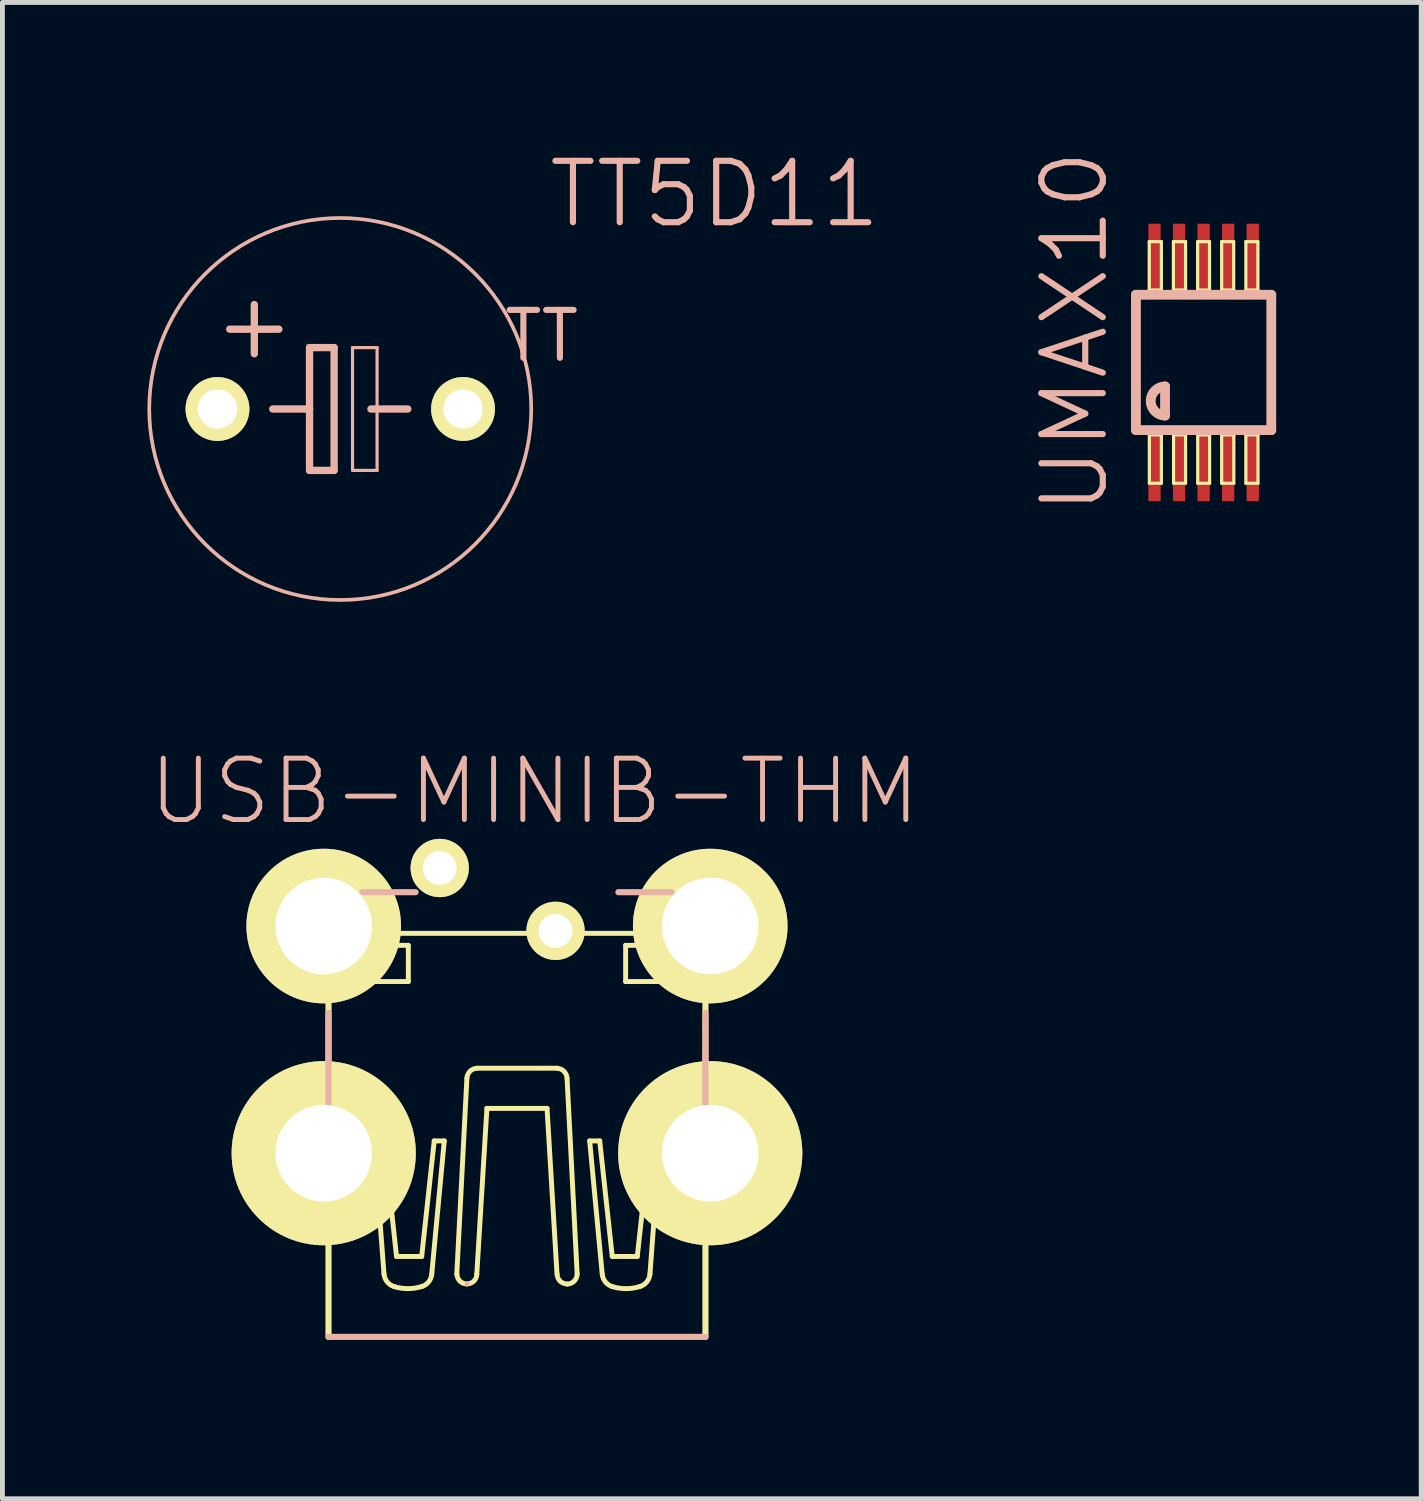
<source format=kicad_pcb>
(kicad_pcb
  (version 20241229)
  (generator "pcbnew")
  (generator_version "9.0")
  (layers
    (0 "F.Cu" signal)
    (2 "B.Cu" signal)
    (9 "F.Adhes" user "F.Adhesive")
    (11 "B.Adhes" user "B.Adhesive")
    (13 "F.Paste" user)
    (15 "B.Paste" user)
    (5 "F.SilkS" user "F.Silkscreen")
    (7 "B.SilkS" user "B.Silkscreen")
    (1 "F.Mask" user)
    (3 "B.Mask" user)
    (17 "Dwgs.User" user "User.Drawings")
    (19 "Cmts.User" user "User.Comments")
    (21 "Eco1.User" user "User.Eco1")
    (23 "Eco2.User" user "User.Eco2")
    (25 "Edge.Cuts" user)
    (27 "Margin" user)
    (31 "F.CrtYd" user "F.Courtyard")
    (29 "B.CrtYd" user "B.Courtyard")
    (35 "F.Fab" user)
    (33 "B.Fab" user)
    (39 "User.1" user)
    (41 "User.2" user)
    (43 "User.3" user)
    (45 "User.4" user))
  (footprint "TT5D11"
    (layer "F.Cu")
    (at 3.989 5.411)
    (property "Reference" "TT5D11" (at 7.747 -4.445 0) (layer "B.SilkS") (effects (font (size 1.27 1.27) (thickness 0.127))))
    (attr exclude_from_pos_files exclude_from_bom)
    (fp_line (start -1.778 -2.159) (end -1.778 -1.143) (stroke (width 0.152) (type solid)) (layer "B.SilkS"))
    (fp_line (start -1.397 0) (end -0.635 0) (stroke (width 0.152) (type solid)) (layer "B.SilkS"))
    (fp_line (start -1.27 -1.651) (end -2.286 -1.651) (stroke (width 0.152) (type solid)) (layer "B.SilkS"))
    (fp_line (start -0.635 -1.27) (end -0.635 0) (stroke (width 0.152) (type solid)) (layer "B.SilkS"))
    (fp_line (start -0.635 0) (end -0.635 1.27) (stroke (width 0.152) (type solid)) (layer "B.SilkS"))
    (fp_line (start -0.635 1.27) (end -0.127 1.27) (stroke (width 0.152) (type solid)) (layer "B.SilkS"))
    (fp_line (start -0.127 -1.27) (end -0.635 -1.27) (stroke (width 0.152) (type solid)) (layer "B.SilkS"))
    (fp_line (start -0.127 1.27) (end -0.127 -1.27) (stroke (width 0.152) (type solid)) (layer "B.SilkS"))
    (fp_line (start 0.254 -1.27) (end 0.762 -1.27) (stroke (width 0.066) (type solid)) (layer "B.SilkS"))
    (fp_line (start 0.254 1.27) (end 0.254 -1.27) (stroke (width 0.066) (type solid)) (layer "B.SilkS"))
    (fp_line (start 0.254 1.27) (end 0.762 1.27) (stroke (width 0.066) (type solid)) (layer "B.SilkS"))
    (fp_line (start 0.635 0) (end 1.397 0) (stroke (width 0.152) (type solid)) (layer "B.SilkS"))
    (fp_line (start 0.762 1.27) (end 0.762 -1.27) (stroke (width 0.066) (type solid)) (layer "B.SilkS"))
    (fp_circle (center 0 0) (end -2.794 2.794) (stroke (width 0.076) (type solid)) (fill no) (layer "B.SilkS"))
    (fp_text user "TT" (at 4.166 -1.511 0) (layer "B.SilkS") (effects (font (size 0.991 0.991) (thickness 0.127))))
    (pad "+" thru_hole circle (at -2.54 0) (size 1.321 1.321) (drill 0.813) (layers "*.Cu" "F.Mask" "F.SilkS" "F.Paste"))
    (pad "-" thru_hole circle (at 2.54 0) (size 1.321 1.321) (drill 0.813) (layers "*.Cu" "F.Mask" "F.SilkS" "F.Paste")))
  (footprint "UMAX10"
    (layer "F.Cu")
    (at 21.85 4.448)
    (property "Reference" "UMAX10" (at -2.667 -0.635 90) (layer "B.SilkS") (effects (font (size 1.27 1.27) (thickness 0.127))))
    (attr smd)
    (fp_line (start -1.125 -2.499) (end -0.874 -2.499) (stroke (width 0.066) (type solid)) (layer "F.SilkS"))
    (fp_line (start -1.125 -1.499) (end -1.125 -2.499) (stroke (width 0.066) (type solid)) (layer "F.SilkS"))
    (fp_line (start -1.125 -1.499) (end -0.874 -1.499) (stroke (width 0.066) (type solid)) (layer "F.SilkS"))
    (fp_line (start -1.123 1.499) (end -0.874 1.499) (stroke (width 0.066) (type solid)) (layer "F.SilkS"))
    (fp_line (start -1.123 2.499) (end -1.123 1.499) (stroke (width 0.066) (type solid)) (layer "F.SilkS"))
    (fp_line (start -1.123 2.499) (end -0.874 2.499) (stroke (width 0.066) (type solid)) (layer "F.SilkS"))
    (fp_line (start -0.874 -1.499) (end -0.874 -2.499) (stroke (width 0.066) (type solid)) (layer "F.SilkS"))
    (fp_line (start -0.874 2.499) (end -0.874 1.499) (stroke (width 0.066) (type solid)) (layer "F.SilkS"))
    (fp_line (start -0.625 -2.499) (end -0.373 -2.499) (stroke (width 0.066) (type solid)) (layer "F.SilkS"))
    (fp_line (start -0.625 -1.499) (end -0.625 -2.499) (stroke (width 0.066) (type solid)) (layer "F.SilkS"))
    (fp_line (start -0.625 -1.499) (end -0.373 -1.499) (stroke (width 0.066) (type solid)) (layer "F.SilkS"))
    (fp_line (start -0.622 1.499) (end -0.373 1.499) (stroke (width 0.066) (type solid)) (layer "F.SilkS"))
    (fp_line (start -0.622 2.499) (end -0.622 1.499) (stroke (width 0.066) (type solid)) (layer "F.SilkS"))
    (fp_line (start -0.622 2.499) (end -0.373 2.499) (stroke (width 0.066) (type solid)) (layer "F.SilkS"))
    (fp_line (start -0.373 -1.499) (end -0.373 -2.499) (stroke (width 0.066) (type solid)) (layer "F.SilkS"))
    (fp_line (start -0.373 2.499) (end -0.373 1.499) (stroke (width 0.066) (type solid)) (layer "F.SilkS"))
    (fp_line (start -0.124 -2.499) (end 0.122 -2.499) (stroke (width 0.066) (type solid)) (layer "F.SilkS"))
    (fp_line (start -0.124 -1.499) (end -0.124 -2.499) (stroke (width 0.066) (type solid)) (layer "F.SilkS"))
    (fp_line (start -0.124 -1.499) (end 0.122 -1.499) (stroke (width 0.066) (type solid)) (layer "F.SilkS"))
    (fp_line (start -0.122 1.499) (end 0.124 1.499) (stroke (width 0.066) (type solid)) (layer "F.SilkS"))
    (fp_line (start -0.122 2.499) (end -0.122 1.499) (stroke (width 0.066) (type solid)) (layer "F.SilkS"))
    (fp_line (start -0.122 2.499) (end 0.124 2.499) (stroke (width 0.066) (type solid)) (layer "F.SilkS"))
    (fp_line (start 0.122 -1.499) (end 0.122 -2.499) (stroke (width 0.066) (type solid)) (layer "F.SilkS"))
    (fp_line (start 0.124 2.499) (end 0.124 1.499) (stroke (width 0.066) (type solid)) (layer "F.SilkS"))
    (fp_line (start 0.373 -2.499) (end 0.622 -2.499) (stroke (width 0.066) (type solid)) (layer "F.SilkS"))
    (fp_line (start 0.373 -1.499) (end 0.373 -2.499) (stroke (width 0.066) (type solid)) (layer "F.SilkS"))
    (fp_line (start 0.373 -1.499) (end 0.622 -1.499) (stroke (width 0.066) (type solid)) (layer "F.SilkS"))
    (fp_line (start 0.373 1.499) (end 0.625 1.499) (stroke (width 0.066) (type solid)) (layer "F.SilkS"))
    (fp_line (start 0.373 2.499) (end 0.373 1.499) (stroke (width 0.066) (type solid)) (layer "F.SilkS"))
    (fp_line (start 0.373 2.499) (end 0.625 2.499) (stroke (width 0.066) (type solid)) (layer "F.SilkS"))
    (fp_line (start 0.622 -1.499) (end 0.622 -2.499) (stroke (width 0.066) (type solid)) (layer "F.SilkS"))
    (fp_line (start 0.625 2.499) (end 0.625 1.499) (stroke (width 0.066) (type solid)) (layer "F.SilkS"))
    (fp_line (start 0.874 -2.499) (end 1.123 -2.499) (stroke (width 0.066) (type solid)) (layer "F.SilkS"))
    (fp_line (start 0.874 -1.499) (end 0.874 -2.499) (stroke (width 0.066) (type solid)) (layer "F.SilkS"))
    (fp_line (start 0.874 -1.499) (end 1.123 -1.499) (stroke (width 0.066) (type solid)) (layer "F.SilkS"))
    (fp_line (start 0.874 1.499) (end 1.125 1.499) (stroke (width 0.066) (type solid)) (layer "F.SilkS"))
    (fp_line (start 0.874 2.499) (end 0.874 1.499) (stroke (width 0.066) (type solid)) (layer "F.SilkS"))
    (fp_line (start 0.874 2.499) (end 1.125 2.499) (stroke (width 0.066) (type solid)) (layer "F.SilkS"))
    (fp_line (start 1.123 -1.499) (end 1.123 -2.499) (stroke (width 0.066) (type solid)) (layer "F.SilkS"))
    (fp_line (start 1.125 2.499) (end 1.125 1.499) (stroke (width 0.066) (type solid)) (layer "F.SilkS"))
    (fp_line (start -1.4 -1.4) (end 1.4 -1.4) (stroke (width 0.203) (type solid)) (layer "B.SilkS"))
    (fp_line (start -1.4 1.4) (end -1.4 -1.4) (stroke (width 0.203) (type solid)) (layer "B.SilkS"))
    (fp_line (start -0.798 0.498) (end -0.798 1.1) (stroke (width 0.203) (type solid)) (layer "B.SilkS"))
    (fp_line (start 1.4 -1.4) (end 1.4 1.4) (stroke (width 0.203) (type solid)) (layer "B.SilkS"))
    (fp_line (start 1.4 1.4) (end -1.4 1.4) (stroke (width 0.203) (type solid)) (layer "B.SilkS"))
    (fp_arc (start -0.79756 1.09982) (mid -1.09982 0.79756) (end -0.79756 0.4953) (stroke (width 0.2032) (type solid)) (layer "B.SilkS"))
    (pad "1" smd rect (at -1.016 2.159) (size 0.254 1.422) (layers "F.Cu" "F.Mask" "F.Paste"))
    (pad "2" smd rect (at -0.508 2.159) (size 0.254 1.422) (layers "F.Cu" "F.Mask" "F.Paste"))
    (pad "3" smd rect (at 0 2.159) (size 0.254 1.422) (layers "F.Cu" "F.Mask" "F.Paste"))
    (pad "4" smd rect (at 0.508 2.159) (size 0.254 1.422) (layers "F.Cu" "F.Mask" "F.Paste"))
    (pad "5" smd rect (at 1.016 2.159) (size 0.254 1.422) (layers "F.Cu" "F.Mask" "F.Paste"))
    (pad "6" smd rect (at 1.016 -2.159 180) (size 0.254 1.422) (layers "F.Cu" "F.Mask" "F.Paste"))
    (pad "7" smd rect (at 0.508 -2.159 180) (size 0.254 1.422) (layers "F.Cu" "F.Mask" "F.Paste"))
    (pad "8" smd rect (at 0 -2.159 180) (size 0.254 1.422) (layers "F.Cu" "F.Mask" "F.Paste"))
    (pad "9" smd rect (at -0.508 -2.159 180) (size 0.254 1.422) (layers "F.Cu" "F.Mask" "F.Paste"))
    (pad "10" smd rect (at -1.016 -2.159 180) (size 0.254 1.422) (layers "F.Cu" "F.Mask" "F.Paste")))
  (footprint "USB-MINIB-THM"
    (layer "F.Cu")
    (at 7.645 24.706)
    (property "Reference" "USB-MINIB-THM" (at 0.363 -11.384 0) (layer "B.SilkS") (effects (font (size 1.27 1.27) (thickness 0.102))))
    (attr exclude_from_pos_files exclude_from_bom)
    (fp_line (start -5.08 -8.918) (end -5.08 -8.519) (stroke (width 0.102) (type solid)) (layer "F.SilkS"))
    (fp_line (start -5.08 -7.569) (end -5.08 -7.92) (stroke (width 0.102) (type solid)) (layer "F.SilkS"))
    (fp_line (start -5.08 -4.58) (end -5.08 -4.178) (stroke (width 0.102) (type solid)) (layer "F.SilkS"))
    (fp_line (start -5.08 -3.228) (end -5.08 -3.579) (stroke (width 0.102) (type solid)) (layer "F.SilkS"))
    (fp_line (start -5.06 -8.938) (end -3.909 -8.938) (stroke (width 0.102) (type solid)) (layer "F.SilkS"))
    (fp_line (start -5.06 -4.597) (end -3.909 -4.597) (stroke (width 0.102) (type solid)) (layer "F.SilkS"))
    (fp_line (start -3.909 -7.559) (end -5.06 -7.559) (stroke (width 0.102) (type solid)) (layer "F.SilkS"))
    (fp_line (start -3.909 -3.218) (end -5.06 -3.218) (stroke (width 0.102) (type solid)) (layer "F.SilkS"))
    (fp_line (start -3.899 -9.299) (end -3.899 -8.948) (stroke (width 0.127) (type solid)) (layer "F.SilkS"))
    (fp_line (start -3.899 -4.608) (end -3.899 -7.508) (stroke (width 0.127) (type solid)) (layer "F.SilkS"))
    (fp_line (start -3.899 -0.099) (end -3.899 -3.198) (stroke (width 0.127) (type solid)) (layer "F.SilkS"))
    (fp_line (start -3 -8.199) (end -2.248 -8.199) (stroke (width 0.102) (type solid)) (layer "F.SilkS"))
    (fp_line (start -3 -7.45) (end -3 -8.199) (stroke (width 0.102) (type solid)) (layer "F.SilkS"))
    (fp_line (start -2.959 -4.153) (end -2.751 -1.4) (stroke (width 0.102) (type solid)) (layer "F.SilkS"))
    (fp_line (start -2.751 -4.153) (end -2.959 -4.153) (stroke (width 0.102) (type solid)) (layer "F.SilkS"))
    (fp_line (start -2.748 -9.2) (end -2.748 -8.448) (stroke (width 0.102) (type solid)) (layer "F.SilkS"))
    (fp_line (start -2.748 -8.448) (end 2.748 -8.448) (stroke (width 0.102) (type solid)) (layer "F.SilkS"))
    (fp_line (start -2.492 -1.763) (end -2.751 -4.153) (stroke (width 0.102) (type solid)) (layer "F.SilkS"))
    (fp_line (start -2.248 -8.199) (end -2.248 -7.45) (stroke (width 0.102) (type solid)) (layer "F.SilkS"))
    (fp_line (start -2.248 -7.45) (end -3 -7.45) (stroke (width 0.102) (type solid)) (layer "F.SilkS"))
    (fp_line (start -1.971 -1.763) (end -2.492 -1.763) (stroke (width 0.102) (type solid)) (layer "F.SilkS"))
    (fp_line (start -1.763 -1.4) (end -1.504 -4.153) (stroke (width 0.102) (type solid)) (layer "F.SilkS"))
    (fp_line (start -1.712 -4.153) (end -1.971 -1.763) (stroke (width 0.102) (type solid)) (layer "F.SilkS"))
    (fp_line (start -1.504 -4.153) (end -1.712 -4.153) (stroke (width 0.102) (type solid)) (layer "F.SilkS"))
    (fp_line (start -1.245 -1.4) (end -1.036 -5.448) (stroke (width 0.102) (type solid)) (layer "F.SilkS"))
    (fp_line (start -0.831 -1.4) (end -0.622 -4.826) (stroke (width 0.102) (type solid)) (layer "F.SilkS"))
    (fp_line (start 0.622 -4.826) (end -0.622 -4.826) (stroke (width 0.102) (type solid)) (layer "F.SilkS"))
    (fp_line (start 0.828 -5.657) (end -0.831 -5.657) (stroke (width 0.102) (type solid)) (layer "F.SilkS"))
    (fp_line (start 0.828 -1.4) (end 0.622 -4.826) (stroke (width 0.102) (type solid)) (layer "F.SilkS"))
    (fp_line (start 1.245 -1.4) (end 1.036 -5.448) (stroke (width 0.102) (type solid)) (layer "F.SilkS"))
    (fp_line (start 1.504 -4.153) (end 1.712 -4.153) (stroke (width 0.102) (type solid)) (layer "F.SilkS"))
    (fp_line (start 1.712 -4.153) (end 1.971 -1.763) (stroke (width 0.102) (type solid)) (layer "F.SilkS"))
    (fp_line (start 1.763 -1.4) (end 1.504 -4.153) (stroke (width 0.102) (type solid)) (layer "F.SilkS"))
    (fp_line (start 1.971 -1.763) (end 2.489 -1.763) (stroke (width 0.102) (type solid)) (layer "F.SilkS"))
    (fp_line (start 2.248 -8.199) (end 2.248 -7.45) (stroke (width 0.102) (type solid)) (layer "F.SilkS"))
    (fp_line (start 2.248 -7.45) (end 3 -7.45) (stroke (width 0.102) (type solid)) (layer "F.SilkS"))
    (fp_line (start 2.489 -1.763) (end 2.751 -4.153) (stroke (width 0.102) (type solid)) (layer "F.SilkS"))
    (fp_line (start 2.748 -8.448) (end 2.748 -9.2) (stroke (width 0.102) (type solid)) (layer "F.SilkS"))
    (fp_line (start 2.751 -4.153) (end 2.957 -4.153) (stroke (width 0.102) (type solid)) (layer "F.SilkS"))
    (fp_line (start 2.957 -4.153) (end 2.751 -1.4) (stroke (width 0.102) (type solid)) (layer "F.SilkS"))
    (fp_line (start 3 -8.199) (end 2.248 -8.199) (stroke (width 0.102) (type solid)) (layer "F.SilkS"))
    (fp_line (start 3 -7.45) (end 3 -8.199) (stroke (width 0.102) (type solid)) (layer "F.SilkS"))
    (fp_line (start 3.879 -8.959) (end 5.029 -8.959) (stroke (width 0.102) (type solid)) (layer "F.SilkS"))
    (fp_line (start 3.879 -4.618) (end 5.029 -4.618) (stroke (width 0.102) (type solid)) (layer "F.SilkS"))
    (fp_line (start 3.899 -9.299) (end 3.899 -8.999) (stroke (width 0.127) (type solid)) (layer "F.SilkS"))
    (fp_line (start 3.899 -4.658) (end 3.899 -7.559) (stroke (width 0.127) (type solid)) (layer "F.SilkS"))
    (fp_line (start 3.899 -0.099) (end 3.899 -3.198) (stroke (width 0.127) (type solid)) (layer "F.SilkS"))
    (fp_line (start 5.029 -7.579) (end 3.879 -7.579) (stroke (width 0.102) (type solid)) (layer "F.SilkS"))
    (fp_line (start 5.029 -3.239) (end 3.879 -3.239) (stroke (width 0.102) (type solid)) (layer "F.SilkS"))
    (fp_line (start 5.05 -8.948) (end 5.05 -8.598) (stroke (width 0.102) (type solid)) (layer "F.SilkS"))
    (fp_line (start 5.05 -7.6) (end 5.05 -7.998) (stroke (width 0.102) (type solid)) (layer "F.SilkS"))
    (fp_line (start 5.05 -4.608) (end 5.05 -4.26) (stroke (width 0.102) (type solid)) (layer "F.SilkS"))
    (fp_line (start 5.05 -3.259) (end 5.05 -3.658) (stroke (width 0.102) (type solid)) (layer "F.SilkS"))
    (fp_arc (start -5.08 -8.51916) (mid -4.78028 -8.21944) (end -5.08 -7.91972) (stroke (width 0.1016) (type solid)) (layer "F.SilkS"))
    (fp_arc (start -5.08 -4.1783) (mid -4.78028 -3.87858) (end -5.08 -3.57886) (stroke (width 0.1016) (type solid)) (layer "F.SilkS"))
    (fp_arc (start -2.54254 -1.14046) (mid -2.686403 -1.238156) (end -2.750193 -1.399933) (stroke (width 0.1016) (type solid)) (layer "F.SilkS"))
    (fp_arc (start -1.97104 -1.14046) (mid -2.256124 -1.097275) (end -2.541378 -1.139328) (stroke (width 0.1016) (type solid)) (layer "F.SilkS"))
    (fp_arc (start -1.76276 -1.39954) (mid -1.826881 -1.237478) (end -1.971177 -1.139733) (stroke (width 0.1016) (type solid)) (layer "F.SilkS"))
    (fp_arc (start -1.03632 -5.4483) (mid -0.973816 -5.591447) (end -0.831752 -5.656376) (stroke (width 0.1016) (type solid)) (layer "F.SilkS"))
    (fp_arc (start -1.03632 -1.1938) (mid -1.1818 -1.25406) (end -1.24206 -1.39954) (stroke (width 0.1016) (type solid)) (layer "F.SilkS"))
    (fp_arc (start -0.83058 -1.39954) (mid -0.89084 -1.25406) (end -1.03632 -1.1938) (stroke (width 0.1016) (type solid)) (layer "F.SilkS"))
    (fp_arc (start 0.82804 -5.65658) (mid 0.971187 -5.594076) (end 1.036116 -5.452012) (stroke (width 0.1016) (type solid)) (layer "F.SilkS"))
    (fp_arc (start 1.03632 -1.1938) (mid 0.89084 -1.25406) (end 0.83058 -1.39954) (stroke (width 0.1016) (type solid)) (layer "F.SilkS"))
    (fp_arc (start 1.2446 -1.39954) (mid 1.183596 -1.252264) (end 1.03632 -1.19126) (stroke (width 0.1016) (type solid)) (layer "F.SilkS"))
    (fp_arc (start 1.97104 -1.14046) (mid 1.827177 -1.238156) (end 1.763387 -1.399933) (stroke (width 0.1016) (type solid)) (layer "F.SilkS"))
    (fp_arc (start 2.54254 -1.14046) (mid 2.257456 -1.097275) (end 1.972202 -1.139328) (stroke (width 0.1016) (type solid)) (layer "F.SilkS"))
    (fp_arc (start 2.75082 -1.39954) (mid 2.686699 -1.237478) (end 2.542403 -1.139733) (stroke (width 0.1016) (type solid)) (layer "F.SilkS"))
    (fp_arc (start 5.04952 -7.99846) (mid 4.7498 -8.29818) (end 5.04952 -8.5979) (stroke (width 0.1016) (type solid)) (layer "F.SilkS"))
    (fp_arc (start 5.04952 -3.6576) (mid 4.74726 -3.95986) (end 5.04952 -4.26212) (stroke (width 0.1016) (type solid)) (layer "F.SilkS"))
    (fp_line (start -3.899 -4.1) (end -3.899 -6.8) (stroke (width 0.127) (type solid)) (layer "B.SilkS"))
    (fp_line (start -3.899 -0.099) (end 3.899 -0.099) (stroke (width 0.127) (type solid)) (layer "B.SilkS"))
    (fp_line (start -3.198 -9.299) (end -2.098 -9.299) (stroke (width 0.127) (type solid)) (layer "B.SilkS"))
    (fp_line (start -1.036 -1.194) (end -1.036 -1.194) (stroke (width 0.102) (type solid)) (layer "B.SilkS"))
    (fp_line (start 2.098 -9.299) (end 3.198 -9.299) (stroke (width 0.127) (type solid)) (layer "B.SilkS"))
    (fp_line (start 3.899 -6.8) (end 3.899 -4.699) (stroke (width 0.127) (type solid)) (layer "B.SilkS"))
    (pad "D+" thru_hole rect (at 0 -9.799) (size 0.001 0.001) (drill 0.699) (layers "*.Cu" "F.Mask" "F.SilkS" "F.Paste"))
    (pad "D-" thru_hole rect (at -0.798 -8.499) (size 0.001 0.001) (drill 0.699) (layers "*.Cu" "F.Mask" "F.SilkS" "F.Paste"))
    (pad "GND" thru_hole rect (at 1.598 -9.799) (size 0.001 0.001) (drill 0.699) (layers "*.Cu" "F.Mask" "F.SilkS" "F.Paste"))
    (pad "GND1" thru_hole circle (at -3.998 -3.899) (size 3.81 3.81) (drill 1.999) (layers "*.Cu" "F.Mask" "F.SilkS" "F.Paste"))
    (pad "GND2" thru_hole circle (at -3.998 -8.598) (size 3.198 3.198) (drill 1.999) (layers "*.Cu" "F.Mask" "F.SilkS" "F.Paste"))
    (pad "GND3" thru_hole circle (at 3.998 -8.598) (size 3.198 3.198) (drill 1.999) (layers "*.Cu" "F.Mask" "F.SilkS" "F.Paste"))
    (pad "GND4" thru_hole circle (at 3.998 -3.899) (size 3.81 3.81) (drill 1.999) (layers "*.Cu" "F.Mask" "F.SilkS" "F.Paste"))
    (pad "ID" thru_hole circle (at 0.798 -8.499) (size 1.206 1.206) (drill 0.699) (layers "*.Cu" "F.Mask" "F.SilkS" "F.Paste"))
    (pad "VBUS" thru_hole circle (at -1.598 -9.799) (size 1.206 1.206) (drill 0.699) (layers "*.Cu" "F.Mask" "F.SilkS" "F.Paste")))
  (gr_rect
    (start -3 -3)
    (end 26.351 27.956)
    (stroke (width 0.1) (type default))
    (fill no)
    (layer "Edge.Cuts")))
</source>
